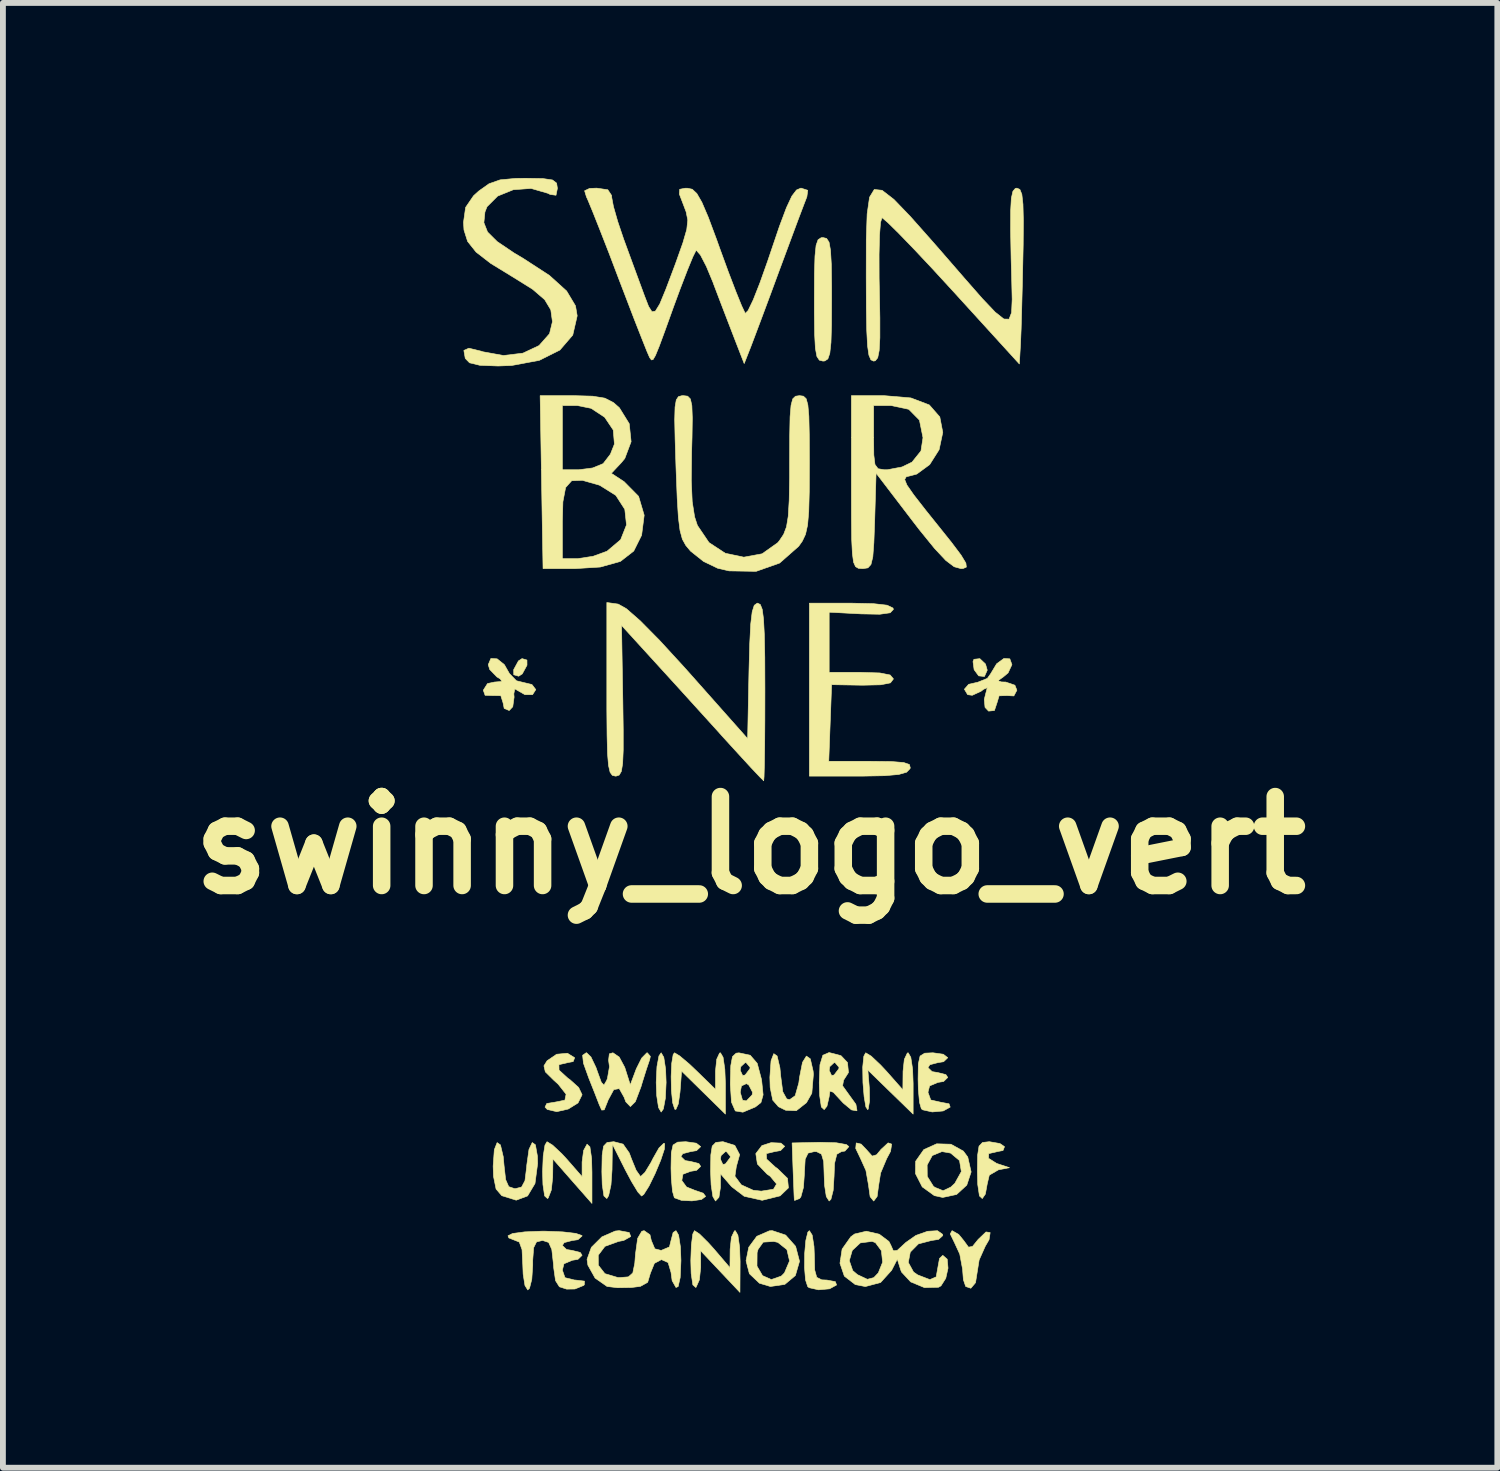
<source format=kicad_pcb>
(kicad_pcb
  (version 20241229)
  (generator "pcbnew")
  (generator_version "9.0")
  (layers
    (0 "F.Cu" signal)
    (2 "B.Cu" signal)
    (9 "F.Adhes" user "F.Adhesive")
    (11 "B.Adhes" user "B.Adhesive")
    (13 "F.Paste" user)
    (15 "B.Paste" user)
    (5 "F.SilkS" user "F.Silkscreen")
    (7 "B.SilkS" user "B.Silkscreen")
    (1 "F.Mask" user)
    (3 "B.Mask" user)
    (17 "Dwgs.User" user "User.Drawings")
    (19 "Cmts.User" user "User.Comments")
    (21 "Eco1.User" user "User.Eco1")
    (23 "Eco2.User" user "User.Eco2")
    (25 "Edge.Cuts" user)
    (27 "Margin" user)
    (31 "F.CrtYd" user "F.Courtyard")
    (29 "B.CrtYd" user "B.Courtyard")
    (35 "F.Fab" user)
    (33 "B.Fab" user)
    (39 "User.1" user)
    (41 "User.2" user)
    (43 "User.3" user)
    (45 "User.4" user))
  (footprint "swinny_logo_vert"
    (layer "F.Cu")
    (at 9.804 11.435)
    (property "Reference" "swinny_logo_vert" (at 0 0 0) (layer "F.SilkS") (effects (font (size 1.524 1.524) (thickness 0.3))))
    (attr through_hole)
    (fp_poly (pts (xy -3.824 -3.174) (xy -3.823 -3.086) (xy -3.904 -2.937) (xy -3.966 -2.897) (xy -4.05 -2.922) (xy -4.051 -3.01) (xy -3.97 -3.159) (xy -3.908 -3.199) (xy -3.824 -3.174)) (stroke (width 0.01) (type solid)) (fill yes) (layer "F.SilkS"))
    (fp_poly (pts (xy 4.034 -3.106) (xy 4.064 -3.001) (xy 4.016 -2.892) (xy 3.917 -2.903) (xy 3.839 -3.009) (xy 3.82 -3.148) (xy 3.836 -3.187) (xy 3.937 -3.198) (xy 4.034 -3.106)) (stroke (width 0.01) (type solid)) (fill yes) (layer "F.SilkS"))
    (fp_poly (pts (xy -1.479 3.633) (xy -1.448 3.835) (xy -1.439 4.064) (xy -1.452 4.335) (xy -1.486 4.518) (xy -1.524 4.572) (xy -1.569 4.495) (xy -1.6 4.293) (xy -1.609 4.064) (xy -1.596 3.793) (xy -1.562 3.61) (xy -1.524 3.556) (xy -1.479 3.633)) (stroke (width 0.01) (type solid)) (fill yes) (layer "F.SilkS"))
    (fp_poly (pts (xy 1.064 6.68) (xy 1.095 6.875) (xy 1.101 7.027) (xy 1.107 7.278) (xy 1.142 7.404) (xy 1.227 7.447) (xy 1.317 7.451) (xy 1.461 7.478) (xy 1.482 7.535) (xy 1.362 7.601) (xy 1.173 7.618) (xy 1.013 7.582) (xy 0.988 7.564) (xy 0.95 7.449) (xy 0.933 7.24) (xy 0.935 6.996) (xy 0.955 6.772) (xy 0.99 6.629) (xy 1.016 6.604) (xy 1.064 6.68)) (stroke (width 0.01) (type solid)) (fill yes) (layer "F.SilkS"))
    (fp_poly (pts (xy 3.574 6.668) (xy 3.661 6.774) (xy 3.743 6.887) (xy 3.812 6.874) (xy 3.909 6.754) (xy 4.043 6.626) (xy 4.114 6.637) (xy 4.095 6.759) (xy 4.03 6.871) (xy 3.925 7.106) (xy 3.895 7.295) (xy 3.863 7.496) (xy 3.783 7.591) (xy 3.695 7.561) (xy 3.655 7.445) (xy 3.641 7.264) (xy 3.593 7.006) (xy 3.504 6.813) (xy 3.43 6.66) (xy 3.461 6.604) (xy 3.574 6.668)) (stroke (width 0.01) (type solid)) (fill yes) (layer "F.SilkS"))
    (fp_poly (pts (xy 2.426 5.121) (xy 2.407 5.245) (xy 2.34 5.371) (xy 2.236 5.618) (xy 2.201 5.839) (xy 2.177 6.019) (xy 2.119 6.096) (xy 2.117 6.096) (xy 2.057 6.022) (xy 2.032 5.845) (xy 2.032 5.839) (xy 1.985 5.573) (xy 1.894 5.371) (xy 1.81 5.195) (xy 1.819 5.101) (xy 1.903 5.121) (xy 1.991 5.213) (xy 2.092 5.326) (xy 2.168 5.304) (xy 2.243 5.213) (xy 2.365 5.1) (xy 2.426 5.121)) (stroke (width 0.01) (type solid)) (fill yes) (layer "F.SilkS"))
    (fp_poly (pts (xy 4.281 5.111) (xy 4.36 5.165) (xy 4.334 5.231) (xy 4.238 5.249) (xy 4.089 5.284) (xy 4.086 5.364) (xy 4.225 5.452) (xy 4.255 5.462) (xy 4.445 5.525) (xy 4.255 5.562) (xy 4.099 5.653) (xy 4.064 5.801) (xy 4.032 5.977) (xy 3.979 6.054) (xy 3.93 6.009) (xy 3.901 5.813) (xy 3.895 5.593) (xy 3.899 5.31) (xy 3.923 5.156) (xy 3.983 5.093) (xy 4.095 5.08) (xy 4.101 5.08) (xy 4.281 5.111)) (stroke (width 0.01) (type solid)) (fill yes) (layer "F.SilkS"))
    (fp_poly (pts (xy -3.384 5.139) (xy -3.226 5.287) (xy -3.141 5.379) (xy -2.879 5.679) (xy -2.879 5.427) (xy -2.853 5.23) (xy -2.794 5.122) (xy -2.745 5.168) (xy -2.716 5.366) (xy -2.71 5.604) (xy -2.71 6.138) (xy -3.045 5.757) (xy -3.379 5.376) (xy -3.383 5.689) (xy -3.406 5.907) (xy -3.459 6.043) (xy -3.471 6.054) (xy -3.521 6.009) (xy -3.55 5.813) (xy -3.556 5.593) (xy -3.545 5.324) (xy -3.515 5.138) (xy -3.48 5.08) (xy -3.384 5.139)) (stroke (width 0.01) (type solid)) (fill yes) (layer "F.SilkS"))
    (fp_poly (pts (xy -0.463 3.633) (xy -0.433 3.837) (xy -0.423 4.082) (xy -0.423 4.607) (xy -1.174 3.87) (xy -1.201 4.229) (xy -1.23 4.432) (xy -1.272 4.527) (xy -1.291 4.523) (xy -1.327 4.413) (xy -1.348 4.206) (xy -1.353 3.962) (xy -1.343 3.736) (xy -1.318 3.586) (xy -1.295 3.556) (xy -1.205 3.611) (xy -1.04 3.75) (xy -0.914 3.87) (xy -0.593 4.183) (xy -0.593 3.87) (xy -0.572 3.667) (xy -0.523 3.561) (xy -0.508 3.556) (xy -0.463 3.633)) (stroke (width 0.01) (type solid)) (fill yes) (layer "F.SilkS"))
    (fp_poly (pts (xy -0.865 6.663) (xy -0.713 6.814) (xy -0.617 6.921) (xy -0.345 7.239) (xy -0.342 6.921) (xy -0.32 6.717) (xy -0.269 6.609) (xy -0.254 6.604) (xy -0.209 6.682) (xy -0.18 6.886) (xy -0.171 7.133) (xy -0.174 7.662) (xy -0.51 7.306) (xy -0.847 6.949) (xy -0.847 7.237) (xy -0.869 7.447) (xy -0.925 7.573) (xy -0.931 7.578) (xy -0.981 7.533) (xy -1.01 7.337) (xy -1.016 7.117) (xy -1.006 6.848) (xy -0.982 6.662) (xy -0.953 6.604) (xy -0.865 6.663)) (stroke (width 0.01) (type solid)) (fill yes) (layer "F.SilkS"))
    (fp_poly (pts (xy 0.463 3.611) (xy 0.511 3.813) (xy 0.525 3.958) (xy 0.56 4.224) (xy 0.627 4.346) (xy 0.677 4.36) (xy 0.773 4.291) (xy 0.835 4.072) (xy 0.847 3.979) (xy 0.898 3.72) (xy 0.965 3.612) (xy 1.032 3.66) (xy 1.08 3.869) (xy 1.085 3.924) (xy 1.058 4.249) (xy 0.966 4.411) (xy 0.791 4.549) (xy 0.61 4.541) (xy 0.487 4.481) (xy 0.388 4.367) (xy 0.344 4.15) (xy 0.339 3.975) (xy 0.359 3.693) (xy 0.406 3.571) (xy 0.463 3.611)) (stroke (width 0.01) (type solid)) (fill yes) (layer "F.SilkS"))
    (fp_poly (pts (xy 1.311 -10.399) (xy 1.353 -10.335) (xy 1.378 -10.196) (xy 1.392 -9.955) (xy 1.397 -9.583) (xy 1.397 -9.356) (xy 1.395 -8.914) (xy 1.386 -8.615) (xy 1.366 -8.431) (xy 1.333 -8.335) (xy 1.281 -8.3) (xy 1.249 -8.297) (xy 1.187 -8.313) (xy 1.145 -8.376) (xy 1.119 -8.515) (xy 1.106 -8.757) (xy 1.101 -9.128) (xy 1.101 -9.356) (xy 1.103 -9.797) (xy 1.112 -10.097) (xy 1.131 -10.281) (xy 1.165 -10.377) (xy 1.217 -10.411) (xy 1.249 -10.414) (xy 1.311 -10.399)) (stroke (width 0.01) (type solid)) (fill yes) (layer "F.SilkS"))
    (fp_poly (pts (xy 2.076 3.614) (xy 2.235 3.764) (xy 2.337 3.873) (xy 2.618 4.191) (xy 2.621 3.873) (xy 2.643 3.669) (xy 2.694 3.561) (xy 2.709 3.556) (xy 2.754 3.633) (xy 2.785 3.837) (xy 2.794 4.082) (xy 2.794 4.607) (xy 2.406 4.23) (xy 2.018 3.852) (xy 2.044 4.165) (xy 2.047 4.383) (xy 2.024 4.52) (xy 2.016 4.531) (xy 1.984 4.484) (xy 1.954 4.307) (xy 1.934 4.07) (xy 1.93 3.801) (xy 1.949 3.615) (xy 1.981 3.556) (xy 2.076 3.614)) (stroke (width 0.01) (type solid)) (fill yes) (layer "F.SilkS"))
    (fp_poly (pts (xy -3.679 5.133) (xy -3.644 5.33) (xy -3.641 5.455) (xy -3.686 5.796) (xy -3.813 6.009) (xy -4.008 6.082) (xy -4.255 6.005) (xy -4.353 5.891) (xy -4.397 5.674) (xy -4.403 5.499) (xy -4.383 5.217) (xy -4.335 5.095) (xy -4.278 5.135) (xy -4.23 5.337) (xy -4.217 5.482) (xy -4.189 5.73) (xy -4.136 5.85) (xy -4.036 5.884) (xy -4.022 5.884) (xy -3.916 5.857) (xy -3.858 5.748) (xy -3.829 5.516) (xy -3.827 5.482) (xy -3.789 5.212) (xy -3.733 5.094) (xy -3.679 5.133)) (stroke (width 0.01) (type solid)) (fill yes) (layer "F.SilkS"))
    (fp_poly (pts (xy -3.006 3.641) (xy -3.032 3.707) (xy -3.128 3.725) (xy -3.276 3.76) (xy -3.274 3.853) (xy -3.123 3.992) (xy -3.09 4.014) (xy -2.938 4.151) (xy -2.879 4.275) (xy -2.949 4.416) (xy -3.116 4.52) (xy -3.313 4.565) (xy -3.475 4.528) (xy -3.514 4.487) (xy -3.484 4.425) (xy -3.349 4.403) (xy -3.174 4.368) (xy -3.153 4.266) (xy -3.287 4.096) (xy -3.363 4.027) (xy -3.509 3.883) (xy -3.533 3.78) (xy -3.479 3.693) (xy -3.315 3.581) (xy -3.13 3.564) (xy -3.006 3.641)) (stroke (width 0.01) (type solid)) (fill yes) (layer "F.SilkS"))
    (fp_poly (pts (xy 0.609 6.68) (xy 0.78 6.873) (xy 0.847 7.129) (xy 0.776 7.373) (xy 0.595 7.525) (xy 0.348 7.561) (xy 0.16 7.505) (xy -0.012 7.342) (xy -0.046 7.212) (xy 0.118 7.212) (xy 0.213 7.375) (xy 0.364 7.442) (xy 0.534 7.383) (xy 0.589 7.328) (xy 0.676 7.123) (xy 0.631 6.929) (xy 0.475 6.805) (xy 0.405 6.789) (xy 0.225 6.801) (xy 0.137 6.924) (xy 0.12 6.981) (xy 0.118 7.212) (xy -0.046 7.212) (xy -0.069 7.119) (xy -0.023 6.889) (xy 0.115 6.701) (xy 0.33 6.607) (xy 0.381 6.604) (xy 0.609 6.68)) (stroke (width 0.01) (type solid)) (fill yes) (layer "F.SilkS"))
    (fp_poly (pts (xy 3.442 5.123) (xy 3.655 5.241) (xy 3.73 5.343) (xy 3.788 5.598) (xy 3.713 5.824) (xy 3.539 5.984) (xy 3.301 6.035) (xy 3.159 6.005) (xy 2.95 5.854) (xy 2.834 5.627) (xy 2.836 5.479) (xy 3.034 5.479) (xy 3.036 5.675) (xy 3.141 5.843) (xy 3.167 5.862) (xy 3.307 5.92) (xy 3.439 5.858) (xy 3.508 5.794) (xy 3.62 5.592) (xy 3.589 5.403) (xy 3.436 5.275) (xy 3.288 5.249) (xy 3.122 5.317) (xy 3.034 5.479) (xy 2.836 5.479) (xy 2.837 5.415) (xy 2.977 5.215) (xy 3.197 5.116) (xy 3.442 5.123)) (stroke (width 0.01) (type solid)) (fill yes) (layer "F.SilkS"))
    (fp_poly (pts (xy -4.335 -3.195) (xy -4.211 -3.095) (xy -4.124 -2.942) (xy -4.004 -2.819) (xy -3.902 -2.794) (xy -3.739 -2.755) (xy -3.672 -2.668) (xy -3.728 -2.581) (xy -3.859 -2.581) (xy -3.942 -2.629) (xy -4.032 -2.68) (xy -4.049 -2.595) (xy -4.044 -2.539) (xy -4.067 -2.374) (xy -4.128 -2.309) (xy -4.214 -2.345) (xy -4.233 -2.44) (xy -4.272 -2.564) (xy -4.403 -2.565) (xy -4.541 -2.57) (xy -4.572 -2.657) (xy -4.5 -2.771) (xy -4.381 -2.797) (xy -4.253 -2.807) (xy -4.282 -2.851) (xy -4.339 -2.885) (xy -4.462 -3.012) (xy -4.487 -3.095) (xy -4.442 -3.201) (xy -4.335 -3.195)) (stroke (width 0.01) (type solid)) (fill yes) (layer "F.SilkS"))
    (fp_poly (pts (xy 3.311 3.581) (xy 3.387 3.64) (xy 3.387 3.641) (xy 3.316 3.709) (xy 3.217 3.725) (xy 3.08 3.761) (xy 3.048 3.81) (xy 3.119 3.879) (xy 3.217 3.895) (xy 3.355 3.93) (xy 3.387 3.979) (xy 3.316 4.048) (xy 3.217 4.064) (xy 3.076 4.124) (xy 3.048 4.233) (xy 3.096 4.365) (xy 3.265 4.403) (xy 3.409 4.43) (xy 3.429 4.487) (xy 3.309 4.553) (xy 3.121 4.57) (xy 2.96 4.534) (xy 2.935 4.516) (xy 2.903 4.405) (xy 2.883 4.183) (xy 2.879 4.008) (xy 2.883 3.746) (xy 2.913 3.612) (xy 2.992 3.563) (xy 3.133 3.556) (xy 3.311 3.581)) (stroke (width 0.01) (type solid)) (fill yes) (layer "F.SilkS"))
    (fp_poly (pts (xy 4.451 -3.195) (xy 4.487 -3.095) (xy 4.421 -2.954) (xy 4.339 -2.885) (xy 4.247 -2.82) (xy 4.307 -2.799) (xy 4.381 -2.797) (xy 4.538 -2.743) (xy 4.572 -2.657) (xy 4.52 -2.559) (xy 4.403 -2.565) (xy 4.267 -2.561) (xy 4.233 -2.447) (xy 4.187 -2.309) (xy 4.087 -2.299) (xy 4.026 -2.363) (xy 4.013 -2.499) (xy 4.037 -2.596) (xy 4.065 -2.701) (xy 4.001 -2.673) (xy 3.957 -2.639) (xy 3.807 -2.57) (xy 3.728 -2.581) (xy 3.672 -2.674) (xy 3.746 -2.759) (xy 3.902 -2.794) (xy 4.066 -2.86) (xy 4.124 -2.942) (xy 4.225 -3.11) (xy 4.349 -3.201) (xy 4.451 -3.195)) (stroke (width 0.01) (type solid)) (fill yes) (layer "F.SilkS"))
    (fp_poly (pts (xy -0.922 5.105) (xy -0.847 5.164) (xy -0.847 5.165) (xy -0.918 5.233) (xy -1.016 5.249) (xy -1.154 5.285) (xy -1.185 5.334) (xy -1.114 5.403) (xy -1.016 5.419) (xy -0.878 5.454) (xy -0.847 5.503) (xy -0.918 5.571) (xy -1.022 5.588) (xy -1.151 5.637) (xy -1.17 5.745) (xy -1.089 5.856) (xy -0.952 5.911) (xy -0.803 5.962) (xy -0.762 6.017) (xy -0.833 6.07) (xy -0.996 6.094) (xy -1.176 6.085) (xy -1.297 6.041) (xy -1.298 6.04) (xy -1.33 5.929) (xy -1.35 5.707) (xy -1.355 5.532) (xy -1.35 5.27) (xy -1.32 5.136) (xy -1.241 5.087) (xy -1.101 5.08) (xy -0.922 5.105)) (stroke (width 0.01) (type solid)) (fill yes) (layer "F.SilkS"))
    (fp_poly (pts (xy 1.477 5.098) (xy 1.651 5.129) (xy 1.693 5.164) (xy 1.625 5.24) (xy 1.566 5.249) (xy 1.486 5.295) (xy 1.447 5.452) (xy 1.439 5.673) (xy 1.424 5.914) (xy 1.385 6.067) (xy 1.355 6.096) (xy 1.306 6.02) (xy 1.276 5.825) (xy 1.27 5.673) (xy 1.261 5.419) (xy 1.223 5.292) (xy 1.14 5.251) (xy 1.101 5.249) (xy 0.994 5.275) (xy 0.944 5.379) (xy 0.931 5.607) (xy 0.931 5.625) (xy 0.914 5.865) (xy 0.87 6.025) (xy 0.847 6.054) (xy 0.765 6.086) (xy 0.758 6.08) (xy 0.753 5.988) (xy 0.745 5.778) (xy 0.737 5.577) (xy 0.72 5.101) (xy 1.206 5.09) (xy 1.477 5.098)) (stroke (width 0.01) (type solid)) (fill yes) (layer "F.SilkS"))
    (fp_poly (pts (xy -2.177 5.121) (xy -2.071 5.272) (xy -2.032 5.376) (xy -1.953 5.569) (xy -1.883 5.669) (xy -1.872 5.673) (xy -1.8 5.604) (xy -1.696 5.432) (xy -1.663 5.366) (xy -1.561 5.187) (xy -1.48 5.108) (xy -1.464 5.112) (xy -1.469 5.208) (xy -1.532 5.398) (xy -1.628 5.627) (xy -1.732 5.84) (xy -1.822 5.983) (xy -1.86 6.011) (xy -1.923 5.942) (xy -2.032 5.762) (xy -2.136 5.567) (xy -2.36 5.122) (xy -2.366 5.562) (xy -2.384 5.821) (xy -2.424 6.004) (xy -2.455 6.054) (xy -2.505 6.009) (xy -2.534 5.813) (xy -2.54 5.593) (xy -2.535 5.31) (xy -2.511 5.156) (xy -2.451 5.093) (xy -2.34 5.08) (xy -2.335 5.08) (xy -2.177 5.121)) (stroke (width 0.01) (type solid)) (fill yes) (layer "F.SilkS"))
    (fp_poly (pts (xy 2.117 -4.14) (xy 2.348 -4.114) (xy 2.448 -4.066) (xy 2.456 -4.043) (xy 2.401 -3.984) (xy 2.223 -3.959) (xy 1.905 -3.965) (xy 1.355 -3.994) (xy 1.355 -2.963) (xy 1.905 -2.963) (xy 2.224 -2.953) (xy 2.4 -2.918) (xy 2.455 -2.853) (xy 2.455 -2.849) (xy 2.405 -2.783) (xy 2.239 -2.75) (xy 1.93 -2.743) (xy 1.926 -2.743) (xy 1.397 -2.752) (xy 1.348 -1.439) (xy 2.068 -1.439) (xy 2.42 -1.435) (xy 2.632 -1.418) (xy 2.73 -1.384) (xy 2.745 -1.327) (xy 2.74 -1.312) (xy 2.682 -1.252) (xy 2.546 -1.213) (xy 2.303 -1.192) (xy 1.924 -1.185) (xy 1.854 -1.185) (xy 1.016 -1.185) (xy 1.016 -4.149) (xy 1.736 -4.149) (xy 2.117 -4.14)) (stroke (width 0.01) (type solid)) (fill yes) (layer "F.SilkS"))
    (fp_poly (pts (xy 1.54 3.6) (xy 1.559 3.607) (xy 1.669 3.723) (xy 1.686 3.894) (xy 1.602 4.026) (xy 1.585 4.122) (xy 1.701 4.284) (xy 1.813 4.439) (xy 1.832 4.545) (xy 1.828 4.55) (xy 1.738 4.535) (xy 1.596 4.417) (xy 1.559 4.377) (xy 1.426 4.233) (xy 1.368 4.212) (xy 1.355 4.305) (xy 1.355 4.308) (xy 1.317 4.472) (xy 1.27 4.53) (xy 1.221 4.485) (xy 1.192 4.289) (xy 1.185 4.069) (xy 1.194 3.857) (xy 1.355 3.857) (xy 1.396 3.945) (xy 1.439 3.937) (xy 1.521 3.829) (xy 1.524 3.805) (xy 1.459 3.728) (xy 1.439 3.725) (xy 1.365 3.794) (xy 1.355 3.857) (xy 1.194 3.857) (xy 1.197 3.762) (xy 1.247 3.598) (xy 1.354 3.552) (xy 1.54 3.6)) (stroke (width 0.01) (type solid)) (fill yes) (layer "F.SilkS"))
    (fp_poly (pts (xy 0.002 3.598) (xy 0.122 3.737) (xy 0.194 4.008) (xy 0.199 4.04) (xy 0.223 4.277) (xy 0.186 4.409) (xy 0.091 4.484) (xy -0.123 4.574) (xy -0.253 4.553) (xy -0.319 4.402) (xy -0.33 4.233) (xy -0.169 4.233) (xy -0.13 4.368) (xy -0.064 4.381) (xy 0.035 4.278) (xy 0.042 4.233) (xy -0.024 4.106) (xy -0.064 4.085) (xy -0.148 4.124) (xy -0.169 4.233) (xy -0.33 4.233) (xy -0.339 4.104) (xy -0.339 4.064) (xy -0.333 3.857) (xy -0.169 3.857) (xy -0.128 3.945) (xy -0.085 3.937) (xy -0.003 3.829) (xy 0 3.805) (xy -0.065 3.728) (xy -0.085 3.725) (xy -0.159 3.794) (xy -0.169 3.857) (xy -0.333 3.857) (xy -0.331 3.777) (xy -0.302 3.622) (xy -0.239 3.563) (xy -0.191 3.557) (xy 0.002 3.598)) (stroke (width 0.01) (type solid)) (fill yes) (layer "F.SilkS"))
    (fp_poly (pts (xy -1.709 3.617) (xy -1.721 3.674) (xy -1.773 3.827) (xy -1.847 4.062) (xy -1.87 4.14) (xy -1.966 4.393) (xy -2.051 4.478) (xy -2.13 4.396) (xy -2.159 4.318) (xy -2.242 4.17) (xy -2.336 4.187) (xy -2.434 4.368) (xy -2.438 4.381) (xy -2.5 4.534) (xy -2.543 4.538) (xy -2.585 4.445) (xy -2.661 4.249) (xy -2.758 4.005) (xy -2.764 3.99) (xy -2.856 3.734) (xy -2.87 3.599) (xy -2.809 3.556) (xy -2.801 3.556) (xy -2.727 3.628) (xy -2.641 3.808) (xy -2.619 3.871) (xy -2.549 4.063) (xy -2.504 4.11) (xy -2.458 4.03) (xy -2.445 3.997) (xy -2.41 3.796) (xy -2.425 3.683) (xy -2.412 3.574) (xy -2.35 3.556) (xy -2.243 3.629) (xy -2.148 3.806) (xy -2.14 3.831) (xy -2.053 4.106) (xy -1.95 3.831) (xy -1.858 3.647) (xy -1.771 3.558) (xy -1.761 3.556) (xy -1.709 3.617)) (stroke (width 0.01) (type solid)) (fill yes) (layer "F.SilkS"))
    (fp_poly (pts (xy -1.225 6.681) (xy -1.194 6.883) (xy -1.185 7.117) (xy -1.198 7.409) (xy -1.233 7.562) (xy -1.27 7.578) (xy -1.336 7.461) (xy -1.355 7.319) (xy -1.405 7.151) (xy -1.519 7.1) (xy -1.64 7.164) (xy -1.709 7.334) (xy -1.755 7.489) (xy -1.88 7.559) (xy -2.032 7.578) (xy -2.27 7.582) (xy -2.447 7.561) (xy -2.455 7.558) (xy -2.656 7.417) (xy -2.78 7.195) (xy -2.794 7.096) (xy -2.72 6.89) (xy -2.54 6.711) (xy -2.312 6.611) (xy -2.244 6.604) (xy -2.071 6.636) (xy -2.045 6.705) (xy -2.165 6.772) (xy -2.256 6.789) (xy -2.487 6.873) (xy -2.602 7.025) (xy -2.601 7.197) (xy -2.488 7.341) (xy -2.264 7.408) (xy -2.234 7.408) (xy -2.086 7.396) (xy -2.01 7.329) (xy -1.976 7.163) (xy -1.964 7.006) (xy -1.927 6.736) (xy -1.856 6.615) (xy -1.816 6.604) (xy -1.716 6.674) (xy -1.693 6.773) (xy -1.633 6.915) (xy -1.524 6.943) (xy -1.382 6.883) (xy -1.355 6.773) (xy -1.319 6.636) (xy -1.27 6.604) (xy -1.225 6.681)) (stroke (width 0.01) (type solid)) (fill yes) (layer "F.SilkS"))
    (fp_poly (pts (xy -3.514 6.613) (xy -3.21 6.625) (xy -2.986 6.651) (xy -2.881 6.688) (xy -2.879 6.695) (xy -2.95 6.759) (xy -3.048 6.773) (xy -3.186 6.809) (xy -3.217 6.858) (xy -3.146 6.927) (xy -3.048 6.943) (xy -2.91 6.978) (xy -2.879 7.027) (xy -2.95 7.096) (xy -3.048 7.112) (xy -3.19 7.172) (xy -3.217 7.281) (xy -3.172 7.41) (xy -3.01 7.45) (xy -2.989 7.451) (xy -2.838 7.469) (xy -2.841 7.531) (xy -2.852 7.543) (xy -3.002 7.604) (xy -3.144 7.606) (xy -3.268 7.566) (xy -3.334 7.461) (xy -3.365 7.244) (xy -3.37 7.176) (xy -3.398 6.927) (xy -3.452 6.806) (xy -3.553 6.773) (xy -3.561 6.773) (xy -3.66 6.797) (xy -3.709 6.896) (xy -3.725 7.11) (xy -3.725 7.197) (xy -3.741 7.438) (xy -3.78 7.591) (xy -3.81 7.62) (xy -3.858 7.544) (xy -3.889 7.349) (xy -3.895 7.197) (xy -3.908 6.93) (xy -3.955 6.8) (xy -4.022 6.773) (xy -4.134 6.729) (xy -4.149 6.692) (xy -4.071 6.653) (xy -3.863 6.625) (xy -3.567 6.613) (xy -3.514 6.613)) (stroke (width 0.01) (type solid)) (fill yes) (layer "F.SilkS"))
    (fp_poly (pts (xy -2.26 -4.133) (xy -2.12 -4.054) (xy -1.882 -3.846) (xy -1.554 -3.514) (xy -1.141 -3.064) (xy -1.054 -2.967) (xy -0.042 -1.827) (xy -0.019 -2.988) (xy -0.006 -3.463) (xy 0.011 -3.793) (xy 0.036 -4.001) (xy 0.071 -4.112) (xy 0.121 -4.148) (xy 0.129 -4.149) (xy 0.175 -4.126) (xy 0.208 -4.043) (xy 0.23 -3.878) (xy 0.244 -3.611) (xy 0.252 -3.219) (xy 0.254 -2.681) (xy 0.254 -2.625) (xy 0.253 -2.138) (xy 0.25 -1.716) (xy 0.245 -1.386) (xy 0.239 -1.173) (xy 0.233 -1.105) (xy 0.172 -1.165) (xy 0.018 -1.328) (xy -0.205 -1.571) (xy -0.478 -1.87) (xy -0.55 -1.951) (xy -0.884 -2.319) (xy -1.224 -2.694) (xy -1.531 -3.031) (xy -1.758 -3.28) (xy -2.203 -3.768) (xy -2.181 -2.476) (xy -2.174 -1.982) (xy -2.174 -1.632) (xy -2.184 -1.402) (xy -2.206 -1.267) (xy -2.243 -1.203) (xy -2.297 -1.185) (xy -2.307 -1.185) (xy -2.361 -1.198) (xy -2.399 -1.251) (xy -2.426 -1.367) (xy -2.443 -1.57) (xy -2.451 -1.883) (xy -2.455 -2.327) (xy -2.455 -2.673) (xy -2.455 -4.16) (xy -2.26 -4.133)) (stroke (width 0.01) (type solid)) (fill yes) (layer "F.SilkS"))
    (fp_poly (pts (xy -0.262 5.143) (xy -0.179 5.302) (xy -0.236 5.506) (xy -0.26 5.672) (xy -0.151 5.819) (xy 0.054 5.912) (xy 0.192 5.927) (xy 0.401 5.894) (xy 0.454 5.804) (xy 0.345 5.673) (xy 0.29 5.634) (xy 0.125 5.462) (xy 0.098 5.284) (xy 0.203 5.146) (xy 0.36 5.096) (xy 0.528 5.104) (xy 0.593 5.159) (xy 0.522 5.232) (xy 0.423 5.249) (xy 0.278 5.284) (xy 0.283 5.378) (xy 0.435 5.517) (xy 0.466 5.538) (xy 0.641 5.708) (xy 0.657 5.871) (xy 0.514 6.008) (xy 0.207 6.084) (xy -0.101 6.015) (xy -0.317 5.85) (xy -0.507 5.63) (xy -0.508 5.863) (xy -0.534 6.032) (xy -0.593 6.096) (xy -0.638 6.019) (xy -0.668 5.817) (xy -0.677 5.588) (xy -0.674 5.381) (xy -0.508 5.381) (xy -0.467 5.469) (xy -0.423 5.461) (xy -0.342 5.353) (xy -0.339 5.329) (xy -0.403 5.252) (xy -0.423 5.249) (xy -0.498 5.318) (xy -0.508 5.381) (xy -0.674 5.381) (xy -0.673 5.307) (xy -0.649 5.155) (xy -0.587 5.092) (xy -0.473 5.08) (xy -0.463 5.08) (xy -0.262 5.143)) (stroke (width 0.01) (type solid)) (fill yes) (layer "F.SilkS"))
    (fp_poly (pts (xy -3.023 -7.705) (xy -2.698 -7.696) (xy -2.489 -7.662) (xy -2.341 -7.586) (xy -2.24 -7.497) (xy -2.071 -7.224) (xy -2.039 -6.916) (xy -2.147 -6.629) (xy -2.205 -6.558) (xy -2.378 -6.374) (xy -2.159 -6.231) (xy -1.911 -5.98) (xy -1.815 -5.656) (xy -1.859 -5.313) (xy -1.994 -5.042) (xy -2.223 -4.864) (xy -2.567 -4.768) (xy -2.998 -4.741) (xy -3.548 -4.741) (xy -3.562 -5.548) (xy -3.217 -5.548) (xy -3.217 -4.911) (xy -2.959 -4.911) (xy -2.692 -4.952) (xy -2.452 -5.039) (xy -2.218 -5.237) (xy -2.118 -5.49) (xy -2.147 -5.757) (xy -2.301 -5.996) (xy -2.574 -6.167) (xy -2.592 -6.174) (xy -2.874 -6.254) (xy -3.057 -6.247) (xy -3.161 -6.131) (xy -3.208 -5.886) (xy -3.217 -5.548) (xy -3.562 -5.548) (xy -3.573 -6.223) (xy -3.595 -7.535) (xy -3.217 -7.535) (xy -3.217 -6.435) (xy -2.937 -6.435) (xy -2.698 -6.466) (xy -2.518 -6.54) (xy -2.394 -6.701) (xy -2.325 -6.875) (xy -2.345 -7.116) (xy -2.492 -7.335) (xy -2.725 -7.488) (xy -2.959 -7.535) (xy -3.217 -7.535) (xy -3.595 -7.535) (xy -3.598 -7.705) (xy -3.023 -7.705)) (stroke (width 0.01) (type solid)) (fill yes) (layer "F.SilkS"))
    (fp_poly (pts (xy -3.55 -11.425) (xy -3.386 -11.401) (xy -3.316 -11.347) (xy -3.302 -11.258) (xy -3.326 -11.139) (xy -3.427 -11.153) (xy -3.466 -11.173) (xy -3.753 -11.256) (xy -4.057 -11.234) (xy -4.326 -11.125) (xy -4.508 -10.943) (xy -4.544 -10.852) (xy -4.562 -10.669) (xy -4.499 -10.509) (xy -4.334 -10.345) (xy -4.045 -10.15) (xy -3.887 -10.056) (xy -3.439 -9.765) (xy -3.144 -9.498) (xy -2.992 -9.244) (xy -2.963 -9.073) (xy -3.039 -8.743) (xy -3.26 -8.486) (xy -3.612 -8.31) (xy -4.084 -8.222) (xy -4.318 -8.213) (xy -4.631 -8.225) (xy -4.808 -8.268) (xy -4.881 -8.343) (xy -4.905 -8.48) (xy -4.819 -8.518) (xy -4.605 -8.466) (xy -4.58 -8.457) (xy -4.227 -8.393) (xy -3.893 -8.433) (xy -3.617 -8.563) (xy -3.437 -8.766) (xy -3.387 -8.972) (xy -3.415 -9.175) (xy -3.52 -9.35) (xy -3.727 -9.528) (xy -4.064 -9.738) (xy -4.064 -9.738) (xy -4.446 -9.972) (xy -4.696 -10.166) (xy -4.841 -10.348) (xy -4.903 -10.544) (xy -4.911 -10.675) (xy -4.875 -10.931) (xy -4.739 -11.13) (xy -4.65 -11.211) (xy -4.474 -11.336) (xy -4.284 -11.403) (xy -4.018 -11.428) (xy -3.846 -11.43) (xy -3.55 -11.425)) (stroke (width 0.01) (type solid)) (fill yes) (layer "F.SilkS"))
    (fp_poly (pts (xy 3.299 6.667) (xy 3.302 6.689) (xy 3.23 6.754) (xy 3.107 6.773) (xy 2.884 6.831) (xy 2.745 6.972) (xy 2.711 7.149) (xy 2.801 7.313) (xy 2.873 7.363) (xy 3.081 7.443) (xy 3.189 7.396) (xy 3.217 7.239) (xy 3.246 7.08) (xy 3.302 7.027) (xy 3.378 7.093) (xy 3.392 7.247) (xy 3.353 7.421) (xy 3.271 7.55) (xy 3.229 7.574) (xy 2.988 7.58) (xy 2.752 7.482) (xy 2.595 7.313) (xy 2.581 7.277) (xy 2.523 7.093) (xy 2.425 7.284) (xy 2.236 7.493) (xy 1.975 7.562) (xy 1.802 7.528) (xy 1.615 7.383) (xy 1.54 7.162) (xy 1.547 7.118) (xy 1.7 7.118) (xy 1.759 7.289) (xy 1.841 7.359) (xy 2.01 7.438) (xy 2.12 7.409) (xy 2.197 7.328) (xy 2.271 7.145) (xy 2.25 6.948) (xy 2.148 6.81) (xy 2.091 6.788) (xy 1.889 6.814) (xy 1.751 6.942) (xy 1.7 7.118) (xy 1.547 7.118) (xy 1.577 6.92) (xy 1.726 6.709) (xy 1.792 6.661) (xy 1.992 6.614) (xy 2.214 6.665) (xy 2.379 6.789) (xy 2.411 6.851) (xy 2.455 6.95) (xy 2.522 6.942) (xy 2.657 6.818) (xy 2.667 6.808) (xy 2.841 6.686) (xy 3.041 6.615) (xy 3.211 6.605) (xy 3.299 6.667)) (stroke (width 0.01) (type solid)) (fill yes) (layer "F.SilkS"))
    (fp_poly (pts (xy 2.755 -7.666) (xy 3.071 -7.546) (xy 3.251 -7.34) (xy 3.302 -7.075) (xy 3.239 -6.779) (xy 3.077 -6.523) (xy 2.856 -6.361) (xy 2.755 -6.334) (xy 2.676 -6.315) (xy 2.649 -6.268) (xy 2.688 -6.172) (xy 2.805 -6.004) (xy 3.01 -5.741) (xy 3.184 -5.524) (xy 3.449 -5.193) (xy 3.616 -4.971) (xy 3.698 -4.835) (xy 3.706 -4.767) (xy 3.651 -4.743) (xy 3.613 -4.741) (xy 3.497 -4.773) (xy 3.353 -4.882) (xy 3.161 -5.087) (xy 2.902 -5.406) (xy 2.784 -5.559) (xy 2.159 -6.377) (xy 2.135 -5.559) (xy 2.121 -5.182) (xy 2.103 -4.943) (xy 2.071 -4.811) (xy 2.019 -4.754) (xy 1.936 -4.741) (xy 1.923 -4.741) (xy 1.856 -4.746) (xy 1.807 -4.775) (xy 1.773 -4.851) (xy 1.753 -4.999) (xy 1.741 -5.241) (xy 1.737 -5.601) (xy 1.736 -6.102) (xy 1.736 -6.223) (xy 1.736 -7.535) (xy 2.117 -7.535) (xy 2.117 -6.985) (xy 2.12 -6.689) (xy 2.14 -6.525) (xy 2.193 -6.453) (xy 2.297 -6.435) (xy 2.352 -6.435) (xy 2.604 -6.483) (xy 2.775 -6.566) (xy 2.928 -6.757) (xy 2.963 -6.984) (xy 2.902 -7.286) (xy 2.719 -7.471) (xy 2.417 -7.535) (xy 2.407 -7.535) (xy 2.117 -7.535) (xy 1.736 -7.535) (xy 1.736 -7.705) (xy 2.296 -7.705) (xy 2.755 -7.666)) (stroke (width 0.01) (type solid)) (fill yes) (layer "F.SilkS"))
    (fp_poly (pts (xy 4.623 -11.239) (xy 4.657 -11.155) (xy 4.676 -10.985) (xy 4.683 -10.705) (xy 4.68 -10.289) (xy 4.676 -10.097) (xy 4.666 -9.636) (xy 4.655 -9.207) (xy 4.645 -8.852) (xy 4.635 -8.615) (xy 4.634 -8.59) (xy 4.614 -8.248) (xy 3.474 -9.5) (xy 3.123 -9.882) (xy 2.808 -10.217) (xy 2.548 -10.486) (xy 2.361 -10.67) (xy 2.266 -10.751) (xy 2.26 -10.753) (xy 2.235 -10.673) (xy 2.218 -10.454) (xy 2.21 -10.125) (xy 2.211 -9.716) (xy 2.215 -9.525) (xy 2.224 -9.039) (xy 2.224 -8.698) (xy 2.212 -8.478) (xy 2.187 -8.354) (xy 2.146 -8.303) (xy 2.117 -8.297) (xy 2.07 -8.319) (xy 2.036 -8.399) (xy 2.013 -8.558) (xy 1.999 -8.82) (xy 1.992 -9.205) (xy 1.99 -9.736) (xy 1.99 -9.779) (xy 1.991 -10.38) (xy 2.006 -10.82) (xy 2.047 -11.105) (xy 2.128 -11.238) (xy 2.262 -11.224) (xy 2.464 -11.068) (xy 2.746 -10.775) (xy 3.124 -10.349) (xy 3.25 -10.205) (xy 3.664 -9.728) (xy 3.976 -9.372) (xy 4.2 -9.136) (xy 4.349 -9.018) (xy 4.438 -9.016) (xy 4.481 -9.128) (xy 4.491 -9.354) (xy 4.483 -9.69) (xy 4.473 -10.056) (xy 4.464 -10.537) (xy 4.465 -10.873) (xy 4.477 -11.089) (xy 4.504 -11.208) (xy 4.545 -11.256) (xy 4.572 -11.261) (xy 4.623 -11.239)) (stroke (width 0.01) (type solid)) (fill yes) (layer "F.SilkS"))
    (fp_poly (pts (xy -1.07 -7.696) (xy -1.023 -7.648) (xy -0.998 -7.534) (xy -0.99 -7.323) (xy -0.995 -6.988) (xy -1.002 -6.745) (xy -1.008 -6.25) (xy -0.992 -5.889) (xy -0.951 -5.628) (xy -0.903 -5.481) (xy -0.704 -5.187) (xy -0.425 -5.004) (xy -0.108 -4.937) (xy 0.206 -4.995) (xy 0.474 -5.185) (xy 0.504 -5.222) (xy 0.575 -5.328) (xy 0.624 -5.457) (xy 0.654 -5.64) (xy 0.67 -5.91) (xy 0.677 -6.299) (xy 0.677 -6.573) (xy 0.679 -7.03) (xy 0.685 -7.344) (xy 0.702 -7.541) (xy 0.731 -7.65) (xy 0.778 -7.695) (xy 0.846 -7.705) (xy 0.847 -7.705) (xy 0.914 -7.696) (xy 0.961 -7.652) (xy 0.99 -7.546) (xy 1.007 -7.354) (xy 1.014 -7.047) (xy 1.016 -6.601) (xy 1.016 -6.531) (xy 1.014 -6.056) (xy 1.005 -5.719) (xy 0.985 -5.487) (xy 0.95 -5.329) (xy 0.895 -5.212) (xy 0.832 -5.123) (xy 0.506 -4.836) (xy 0.103 -4.694) (xy -0.36 -4.702) (xy -0.555 -4.747) (xy -0.798 -4.864) (xy -1.02 -5.041) (xy -1.021 -5.042) (xy -1.102 -5.139) (xy -1.161 -5.246) (xy -1.201 -5.396) (xy -1.229 -5.618) (xy -1.249 -5.944) (xy -1.267 -6.404) (xy -1.27 -6.484) (xy -1.285 -6.96) (xy -1.292 -7.294) (xy -1.286 -7.509) (xy -1.265 -7.632) (xy -1.227 -7.689) (xy -1.169 -7.704) (xy -1.143 -7.705) (xy -1.07 -7.696)) (stroke (width 0.01) (type solid)) (fill yes) (layer "F.SilkS"))
    (fp_poly (pts (xy 0.988 -11.224) (xy 0.973 -11.113) (xy 0.922 -10.981) (xy 0.825 -10.725) (xy 0.696 -10.378) (xy 0.546 -9.974) (xy 0.505 -9.864) (xy 0.348 -9.438) (xy 0.203 -9.049) (xy 0.085 -8.735) (xy 0.009 -8.534) (xy -0.001 -8.509) (xy -0.101 -8.255) (xy -0.249 -8.636) (xy -0.355 -8.911) (xy -0.492 -9.267) (xy -0.63 -9.63) (xy -0.632 -9.638) (xy -0.749 -9.919) (xy -0.85 -10.114) (xy -0.918 -10.192) (xy -0.929 -10.188) (xy -0.981 -10.084) (xy -1.075 -9.855) (xy -1.197 -9.538) (xy -1.311 -9.229) (xy -1.457 -8.823) (xy -1.557 -8.552) (xy -1.622 -8.393) (xy -1.663 -8.323) (xy -1.691 -8.317) (xy -1.717 -8.352) (xy -1.722 -8.359) (xy -1.766 -8.46) (xy -1.858 -8.691) (xy -1.988 -9.022) (xy -2.143 -9.427) (xy -2.247 -9.698) (xy -2.415 -10.141) (xy -2.569 -10.535) (xy -2.694 -10.85) (xy -2.779 -11.056) (xy -2.805 -11.113) (xy -2.836 -11.216) (xy -2.751 -11.256) (xy -2.628 -11.261) (xy -2.438 -11.233) (xy -2.373 -11.135) (xy -2.371 -11.101) (xy -2.342 -10.946) (xy -2.268 -10.687) (xy -2.164 -10.379) (xy -2.157 -10.361) (xy -2.027 -10.006) (xy -1.898 -9.655) (xy -1.807 -9.408) (xy -1.739 -9.233) (xy -1.682 -9.143) (xy -1.623 -9.153) (xy -1.548 -9.275) (xy -1.444 -9.526) (xy -1.296 -9.919) (xy -1.272 -9.984) (xy -1.151 -10.325) (xy -1.085 -10.553) (xy -1.068 -10.714) (xy -1.096 -10.854) (xy -1.139 -10.968) (xy -1.212 -11.159) (xy -1.207 -11.241) (xy -1.112 -11.26) (xy -1.075 -11.26) (xy -0.991 -11.242) (xy -0.913 -11.169) (xy -0.826 -11.018) (xy -0.717 -10.763) (xy -0.574 -10.38) (xy -0.518 -10.223) (xy -0.374 -9.829) (xy -0.245 -9.492) (xy -0.145 -9.245) (xy -0.086 -9.121) (xy -0.082 -9.115) (xy -0.034 -9.164) (xy 0.054 -9.347) (xy 0.169 -9.639) (xy 0.302 -10.013) (xy 0.349 -10.152) (xy 0.504 -10.609) (xy 0.623 -10.926) (xy 0.716 -11.125) (xy 0.795 -11.229) (xy 0.87 -11.261) (xy 0.874 -11.261) (xy 0.988 -11.224)) (stroke (width 0.01) (type solid)) (fill yes) (layer "F.SilkS")))
  (gr_rect
    (start -3 -3)
    (end 22.609 22.102)
    (stroke (width 0.1) (type default))
    (fill no)
    (layer "Edge.Cuts")))
</source>
